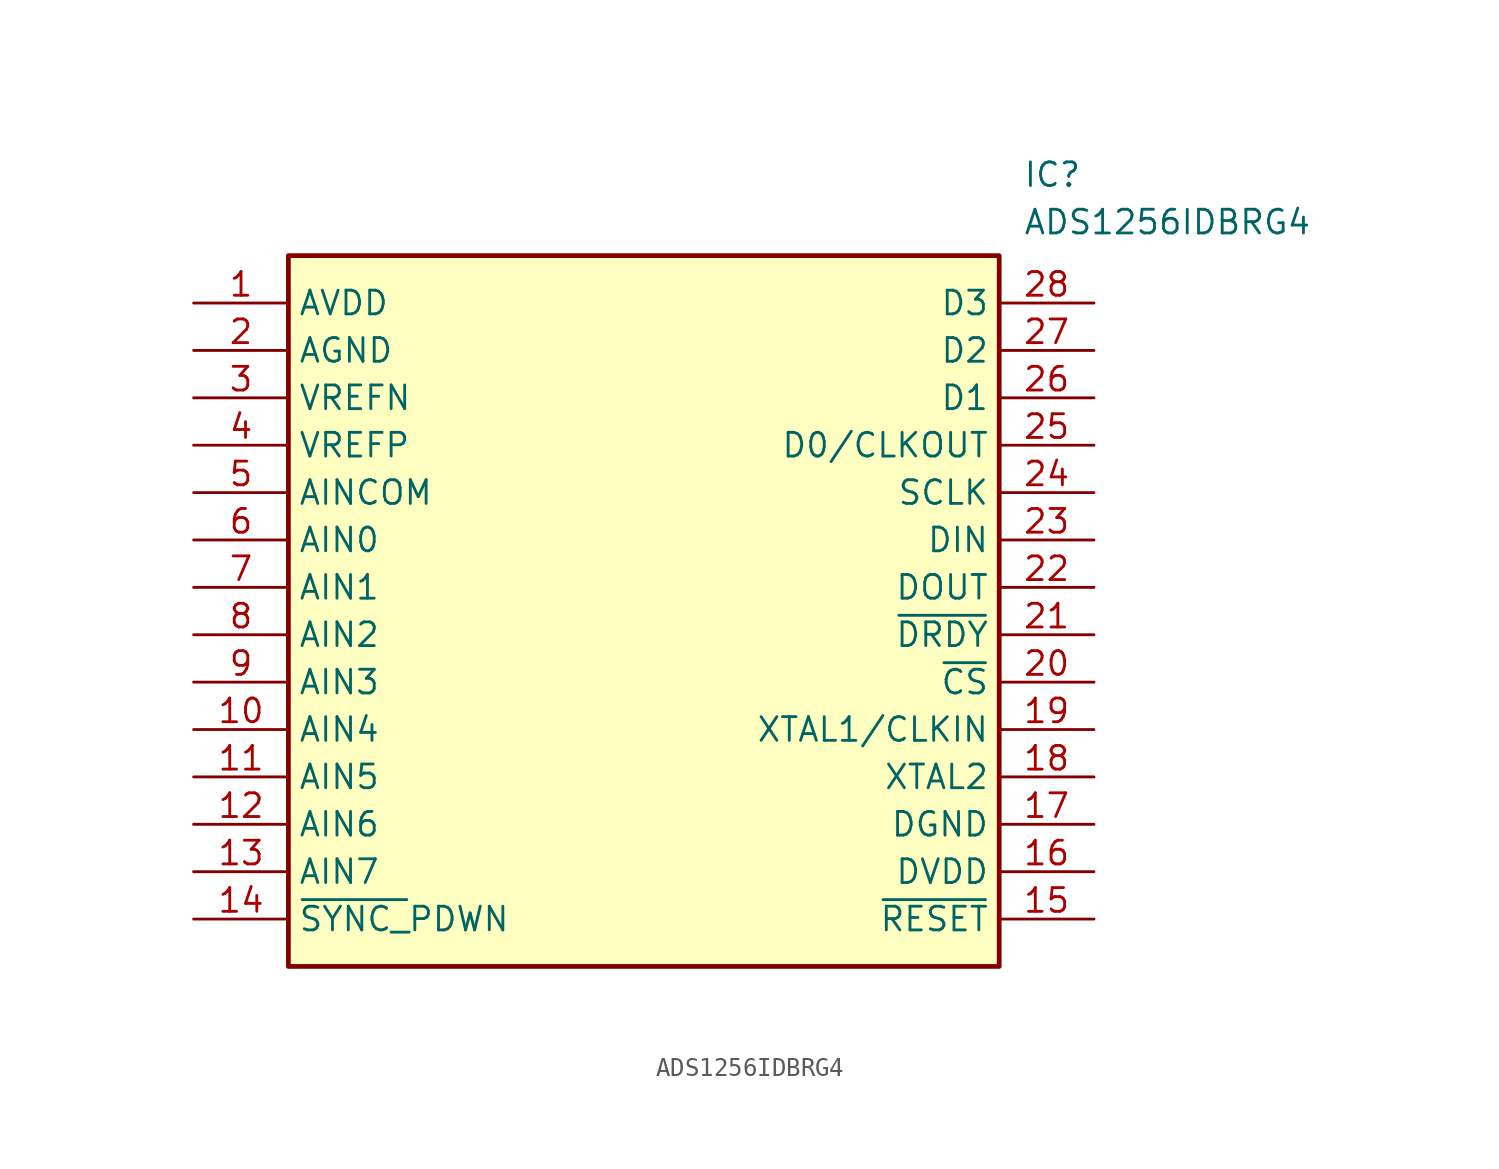
<source format=kicad_sym>
(kicad_symbol_lib
  (version 20220914)
  (generator kicad_symbol_editor)
  (symbol "ADS1256IDBRG4"
    (property "Reference" "IC"
      (at 44.45 7.62 0)
      (effects (font (size 1.27 1.27)) (justify left top)))
    (property "Value" "ADS1256IDBRG4"
      (at 44.45 5.08 0)
      (effects (font (size 1.27 1.27)) (justify left top)))
    (symbol "ADS1256IDBRG4_1_1"
      (rectangle (start 5.08 2.54) (end 43.18 -35.56) (stroke (width 0.254) (type default)) (fill (type background)))
      (pin passive line (at 0 0 0) (length 5.08) (name "AVDD" (effects (font (size 1.27 1.27)))) (number "1" (effects (font (size 1.27 1.27)))))
      (pin passive line (at 0 -22.86 0) (length 5.08) (name "AIN4" (effects (font (size 1.27 1.27)))) (number "10" (effects (font (size 1.27 1.27)))))
      (pin passive line (at 0 -25.4 0) (length 5.08) (name "AIN5" (effects (font (size 1.27 1.27)))) (number "11" (effects (font (size 1.27 1.27)))))
      (pin passive line (at 0 -27.94 0) (length 5.08) (name "AIN6" (effects (font (size 1.27 1.27)))) (number "12" (effects (font (size 1.27 1.27)))))
      (pin passive line (at 0 -30.48 0) (length 5.08) (name "AIN7" (effects (font (size 1.27 1.27)))) (number "13" (effects (font (size 1.27 1.27)))))
      (pin passive line (at 0 -33.02 0) (length 5.08) (name "~{SYNC_}PDWN" (effects (font (size 1.27 1.27)))) (number "14" (effects (font (size 1.27 1.27)))))
      (pin passive line (at 48.26 -33.02 180) (length 5.08) (name "~{RESET}" (effects (font (size 1.27 1.27)))) (number "15" (effects (font (size 1.27 1.27)))))
      (pin passive line (at 48.26 -30.48 180) (length 5.08) (name "DVDD" (effects (font (size 1.27 1.27)))) (number "16" (effects (font (size 1.27 1.27)))))
      (pin passive line (at 48.26 -27.94 180) (length 5.08) (name "DGND" (effects (font (size 1.27 1.27)))) (number "17" (effects (font (size 1.27 1.27)))))
      (pin passive line (at 48.26 -25.4 180) (length 5.08) (name "XTAL2" (effects (font (size 1.27 1.27)))) (number "18" (effects (font (size 1.27 1.27)))))
      (pin passive line (at 48.26 -22.86 180) (length 5.08) (name "XTAL1/CLKIN" (effects (font (size 1.27 1.27)))) (number "19" (effects (font (size 1.27 1.27)))))
      (pin passive line (at 0 -2.54 0) (length 5.08) (name "AGND" (effects (font (size 1.27 1.27)))) (number "2" (effects (font (size 1.27 1.27)))))
      (pin passive line (at 48.26 -20.32 180) (length 5.08) (name "~{CS}" (effects (font (size 1.27 1.27)))) (number "20" (effects (font (size 1.27 1.27)))))
      (pin passive line (at 48.26 -17.78 180) (length 5.08) (name "~{DRDY}" (effects (font (size 1.27 1.27)))) (number "21" (effects (font (size 1.27 1.27)))))
      (pin passive line (at 48.26 -15.24 180) (length 5.08) (name "DOUT" (effects (font (size 1.27 1.27)))) (number "22" (effects (font (size 1.27 1.27)))))
      (pin passive line (at 48.26 -12.7 180) (length 5.08) (name "DIN" (effects (font (size 1.27 1.27)))) (number "23" (effects (font (size 1.27 1.27)))))
      (pin passive line (at 48.26 -10.16 180) (length 5.08) (name "SCLK" (effects (font (size 1.27 1.27)))) (number "24" (effects (font (size 1.27 1.27)))))
      (pin passive line (at 48.26 -7.62 180) (length 5.08) (name "D0/CLKOUT" (effects (font (size 1.27 1.27)))) (number "25" (effects (font (size 1.27 1.27)))))
      (pin passive line (at 48.26 -5.08 180) (length 5.08) (name "D1" (effects (font (size 1.27 1.27)))) (number "26" (effects (font (size 1.27 1.27)))))
      (pin passive line (at 48.26 -2.54 180) (length 5.08) (name "D2" (effects (font (size 1.27 1.27)))) (number "27" (effects (font (size 1.27 1.27)))))
      (pin passive line (at 48.26 0 180) (length 5.08) (name "D3" (effects (font (size 1.27 1.27)))) (number "28" (effects (font (size 1.27 1.27)))))
      (pin passive line (at 0 -5.08 0) (length 5.08) (name "VREFN" (effects (font (size 1.27 1.27)))) (number "3" (effects (font (size 1.27 1.27)))))
      (pin passive line (at 0 -7.62 0) (length 5.08) (name "VREFP" (effects (font (size 1.27 1.27)))) (number "4" (effects (font (size 1.27 1.27)))))
      (pin passive line (at 0 -10.16 0) (length 5.08) (name "AINCOM" (effects (font (size 1.27 1.27)))) (number "5" (effects (font (size 1.27 1.27)))))
      (pin passive line (at 0 -12.7 0) (length 5.08) (name "AIN0" (effects (font (size 1.27 1.27)))) (number "6" (effects (font (size 1.27 1.27)))))
      (pin passive line (at 0 -15.24 0) (length 5.08) (name "AIN1" (effects (font (size 1.27 1.27)))) (number "7" (effects (font (size 1.27 1.27)))))
      (pin passive line (at 0 -17.78 0) (length 5.08) (name "AIN2" (effects (font (size 1.27 1.27)))) (number "8" (effects (font (size 1.27 1.27)))))
      (pin passive line (at 0 -20.32 0) (length 5.08) (name "AIN3" (effects (font (size 1.27 1.27)))) (number "9" (effects (font (size 1.27 1.27))))))))
</source>
